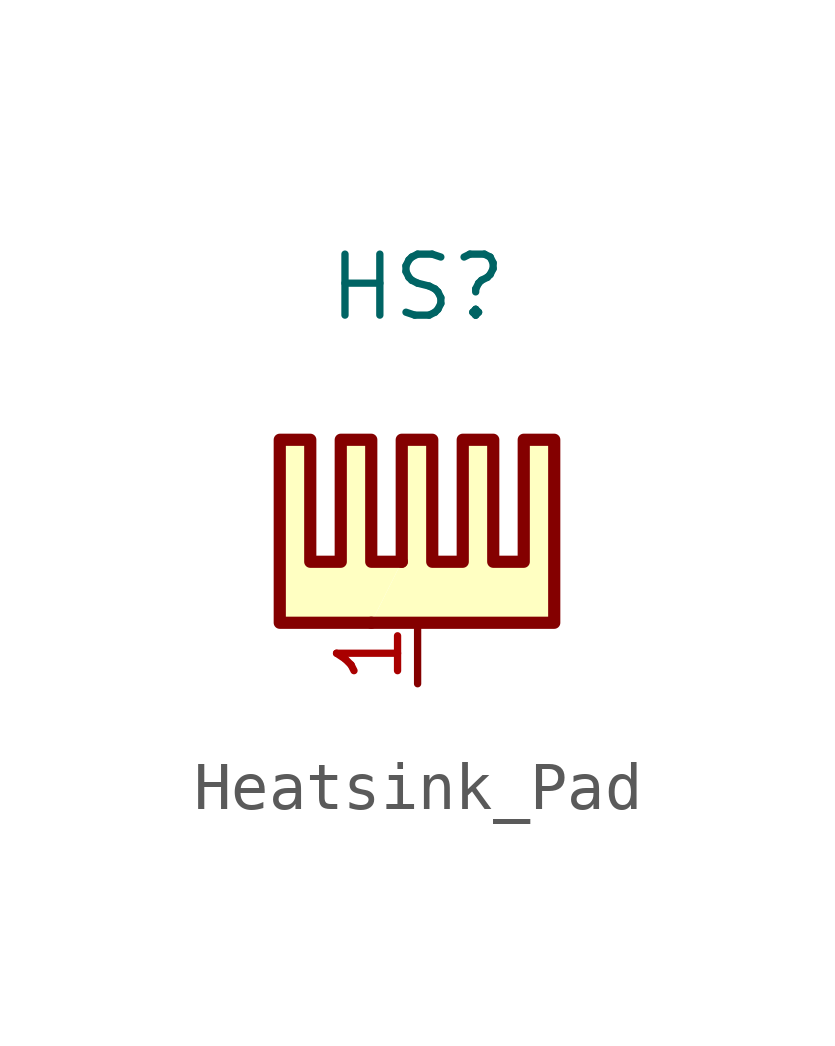
<source format=kicad_sym>
(kicad_symbol_lib
  (version 20220914)
  (generator kicad_symbol_editor)
  (symbol "Heatsink_Pad"
    (pin_names
      (offset 0))
    (property "Reference" "HS"
      (at 0 5.715 0)
      (effects (font (size 1.27 1.27))))
    (symbol "Heatsink_Pad_0_1"
      (polyline (pts (xy -0.33 0) (xy -0.965 0) (xy -0.965 2.54) (xy -1.6 2.54) (xy -1.6 0) (xy -2.235 0) (xy -2.235 2.54) (xy -2.87 2.54) (xy -2.87 -1.27) (xy -0.965 -1.27)) (stroke (width 0.254) (type default)) (fill (type background)))
      (polyline (pts (xy -0.33 0) (xy -0.33 2.54) (xy 0.305 2.54) (xy 0.305 0) (xy 0.94 0) (xy 0.94 2.54) (xy 1.575 2.54) (xy 1.575 0) (xy 2.21 0) (xy 2.21 2.54) (xy 2.845 2.54) (xy 2.845 -1.27) (xy -0.965 -1.27)) (stroke (width 0.254) (type default)) (fill (type background))))
    (symbol "Heatsink_Pad_1_1"
      (pin passive line (at 0 -2.54 90) (length 1.27) (name "~" (effects (font (size 1.27 1.27)))) (number "1" (effects (font (size 1.27 1.27))))))))
</source>
